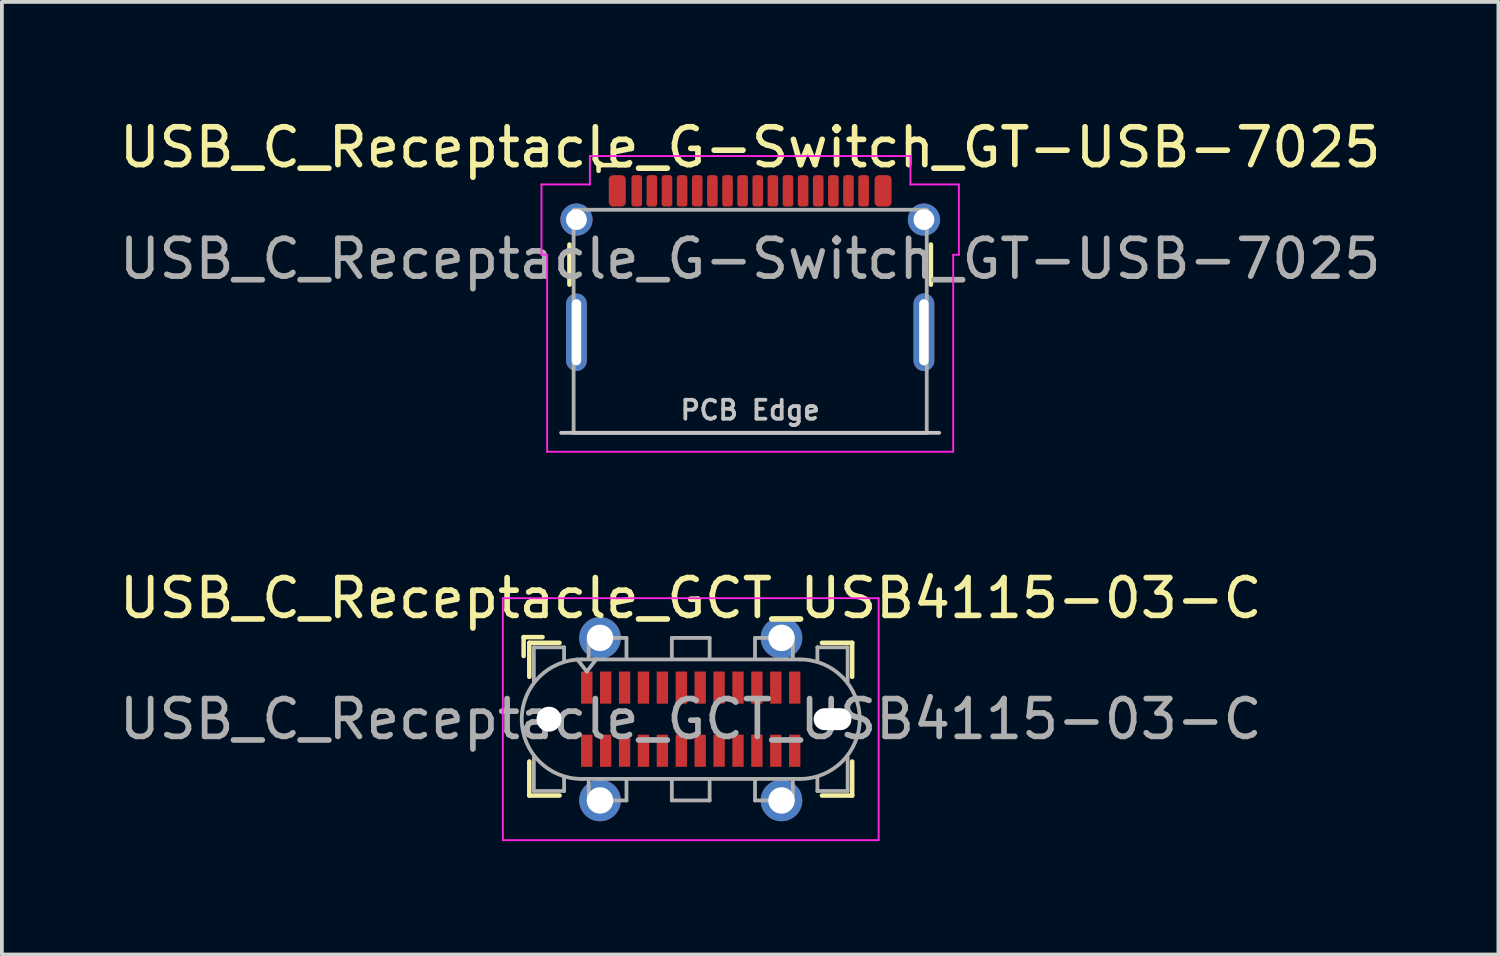
<source format=kicad_pcb>
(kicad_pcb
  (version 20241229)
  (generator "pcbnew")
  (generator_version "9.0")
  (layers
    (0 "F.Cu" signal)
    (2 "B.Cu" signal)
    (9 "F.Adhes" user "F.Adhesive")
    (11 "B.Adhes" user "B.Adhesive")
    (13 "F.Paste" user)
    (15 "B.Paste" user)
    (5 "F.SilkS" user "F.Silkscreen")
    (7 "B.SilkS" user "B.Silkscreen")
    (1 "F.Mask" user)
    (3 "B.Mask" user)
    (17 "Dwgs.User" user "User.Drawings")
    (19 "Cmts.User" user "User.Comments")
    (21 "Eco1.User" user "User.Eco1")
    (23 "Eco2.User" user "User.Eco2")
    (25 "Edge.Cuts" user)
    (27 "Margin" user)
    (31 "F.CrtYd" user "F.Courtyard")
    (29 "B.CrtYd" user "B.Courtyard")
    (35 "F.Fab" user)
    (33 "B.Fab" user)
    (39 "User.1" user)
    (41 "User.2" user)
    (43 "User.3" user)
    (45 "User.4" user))
  (footprint "USB_C_Receptacle_G-Switch_GT-USB-7025"
    (layer "F.Cu")
    (at 16.792 5.448)
    (property "Reference" "USB_C_Receptacle_G-Switch_GT-USB-7025" (at 0 -4.6 0) (layer "F.SilkS") (effects (font (size 1 1) (thickness 0.15))))
    (attr smd)
    (fp_line (start -4.78 -2.03) (end -4.78 -0.97) (stroke (width 0.12) (type solid)) (layer "F.SilkS"))
    (fp_line (start -4.01 -4.13) (end -4.01 -3.98) (stroke (width 0.12) (type default)) (layer "F.SilkS"))
    (fp_line (start -3.21 -4.13) (end -4.01 -4.13) (stroke (width 0.12) (type default)) (layer "F.SilkS"))
    (fp_line (start 4.78 -0.97) (end 4.78 -2.03) (stroke (width 0.12) (type solid)) (layer "F.SilkS"))
    (fp_line (start -5 2.95) (end 5 2.95) (stroke (width 0.1) (type default)) (layer "Dwgs.User"))
    (fp_line (start -5.52 -1.76) (end -5.52 -3.62) (stroke (width 0.05) (type solid)) (layer "F.CrtYd"))
    (fp_line (start -5.37 -1.76) (end -5.52 -1.76) (stroke (width 0.05) (type default)) (layer "F.CrtYd"))
    (fp_line (start -5.37 3.45) (end -5.37 -1.76) (stroke (width 0.05) (type default)) (layer "F.CrtYd"))
    (fp_line (start -4.24 -4.37) (end -4.24 -3.62) (stroke (width 0.05) (type default)) (layer "F.CrtYd"))
    (fp_line (start -4.24 -4.37) (end 4.24 -4.37) (stroke (width 0.05) (type solid)) (layer "F.CrtYd"))
    (fp_line (start -4.24 -3.62) (end -5.52 -3.62) (stroke (width 0.05) (type default)) (layer "F.CrtYd"))
    (fp_line (start 4.24 -4.37) (end 4.24 -3.62) (stroke (width 0.05) (type default)) (layer "F.CrtYd"))
    (fp_line (start 4.24 -3.62) (end 5.52 -3.62) (stroke (width 0.05) (type default)) (layer "F.CrtYd"))
    (fp_line (start 5.37 -1.76) (end 5.37 3.45) (stroke (width 0.05) (type default)) (layer "F.CrtYd"))
    (fp_line (start 5.37 3.45) (end -5.37 3.45) (stroke (width 0.05) (type solid)) (layer "F.CrtYd"))
    (fp_line (start 5.52 -3.62) (end 5.52 -1.76) (stroke (width 0.05) (type solid)) (layer "F.CrtYd"))
    (fp_line (start 5.52 -1.76) (end 5.37 -1.76) (stroke (width 0.05) (type default)) (layer "F.CrtYd"))
    (fp_line (start -4.67 -2.95) (end -4.67 2.95) (stroke (width 0.1) (type solid)) (layer "F.Fab"))
    (fp_line (start -4.67 -2.95) (end 4.67 -2.95) (stroke (width 0.1) (type solid)) (layer "F.Fab"))
    (fp_line (start -4.67 2.95) (end 4.67 2.95) (stroke (width 0.1) (type solid)) (layer "F.Fab"))
    (fp_line (start 4.67 2.95) (end 4.67 -2.95) (stroke (width 0.1) (type solid)) (layer "F.Fab"))
    (fp_text user "PCB Edge" (at 0 2.35 0) (unlocked yes) (layer "Dwgs.User") (effects (font (size 0.5 0.5) (thickness 0.1) (bold yes))))
    (fp_text user "${REFERENCE}" (at 0 -1.65 0) (layer "F.Fab") (effects (font (size 1 1) (thickness 0.15))))
    (pad "A1" smd roundrect (at -3 -3.45) (size 0.28 0.83) (layers "F.Cu" "F.Mask" "F.Paste") (roundrect_rratio 0.25))
    (pad "A4" smd roundrect (at -2.2 -3.45) (size 0.28 0.83) (layers "F.Cu" "F.Mask" "F.Paste") (roundrect_rratio 0.25))
    (pad "A5" smd roundrect (at -1.4 -3.45) (size 0.28 0.83) (layers "F.Cu" "F.Mask" "F.Paste") (roundrect_rratio 0.25))
    (pad "A6" smd roundrect (at -0.6 -3.45) (size 0.28 0.83) (layers "F.Cu" "F.Mask" "F.Paste") (roundrect_rratio 0.25))
    (pad "A7" smd roundrect (at -0.2 -3.45) (size 0.28 0.83) (layers "F.Cu" "F.Mask" "F.Paste") (roundrect_rratio 0.25))
    (pad "A8" smd roundrect (at 0.2 -3.45) (size 0.28 0.83) (layers "F.Cu" "F.Mask" "F.Paste") (roundrect_rratio 0.25))
    (pad "A9" smd roundrect (at 1.8 -3.45) (size 0.28 0.83) (layers "F.Cu" "F.Mask" "F.Paste") (roundrect_rratio 0.25))
    (pad "A12" smd roundrect (at 2.6 -3.45) (size 0.28 0.83) (layers "F.Cu" "F.Mask" "F.Paste") (roundrect_rratio 0.25))
    (pad "B1" smd roundrect (at 3 -3.45) (size 0.28 0.83) (layers "F.Cu" "F.Mask" "F.Paste") (roundrect_rratio 0.25))
    (pad "B4" smd roundrect (at 2.2 -3.45) (size 0.28 0.83) (layers "F.Cu" "F.Mask" "F.Paste") (roundrect_rratio 0.25))
    (pad "B5" smd roundrect (at 1.4 -3.45) (size 0.28 0.83) (layers "F.Cu" "F.Mask" "F.Paste") (roundrect_rratio 0.25))
    (pad "B6" smd roundrect (at 1 -3.45) (size 0.28 0.83) (layers "F.Cu" "F.Mask" "F.Paste") (roundrect_rratio 0.25))
    (pad "B7" smd roundrect (at 0.6 -3.45) (size 0.28 0.83) (layers "F.Cu" "F.Mask" "F.Paste") (roundrect_rratio 0.25))
    (pad "B8" smd roundrect (at -1 -3.45) (size 0.28 0.83) (layers "F.Cu" "F.Mask" "F.Paste") (roundrect_rratio 0.25))
    (pad "B9" smd roundrect (at -1.8 -3.45) (size 0.28 0.83) (layers "F.Cu" "F.Mask" "F.Paste") (roundrect_rratio 0.25))
    (pad "B12" smd roundrect (at -2.6 -3.45) (size 0.28 0.83) (layers "F.Cu" "F.Mask" "F.Paste") (roundrect_rratio 0.25))
    (pad "GND" smd roundrect (at -3.515 -3.45) (size 0.45 0.83) (layers "F.Cu" "F.Mask" "F.Paste") (roundrect_rratio 0.25))
    (pad "GND" smd roundrect (at 3.515 -3.45) (size 0.45 0.83) (layers "F.Cu" "F.Mask" "F.Paste") (roundrect_rratio 0.25))
    (pad "S1" thru_hole circle (at -4.595 -2.69) (size 0.85 0.85) (drill 0.55) (property pad_prop_heatsink) (layers "*.Cu" "*.Mask"))
    (pad "S1" thru_hole oval (at -4.595 0.29) (size 0.55 2.05) (drill oval 0.25 1.75) (property pad_prop_heatsink) (layers "*.Cu" "*.Mask"))
    (pad "S1" thru_hole circle (at 4.595 -2.69) (size 0.85 0.85) (drill 0.55) (property pad_prop_heatsink) (layers "*.Cu" "*.Mask"))
    (pad "S1" thru_hole oval (at 4.595 0.29) (size 0.55 2.05) (drill oval 0.25 1.75) (property pad_prop_heatsink) (layers "*.Cu" "*.Mask")))
  (footprint "USB_C_Receptacle_GCT_USB4115-03-C"
    (layer "F.Cu")
    (at 15.22 15.972)
    (property "Reference" "USB_C_Receptacle_GCT_USB4115-03-C" (at 0 -3.2 0) (layer "F.SilkS") (effects (font (size 1 1) (thickness 0.15))))
    (attr smd)
    (fp_line (start -4.42 -2.17) (end -4.42 -1.67) (stroke (width 0.12) (type solid)) (layer "F.SilkS"))
    (fp_line (start -4.42 -2.17) (end -3.92 -2.17) (stroke (width 0.12) (type solid)) (layer "F.SilkS"))
    (fp_line (start -4.27 -2.02) (end -4.27 -1.12) (stroke (width 0.12) (type solid)) (layer "F.SilkS"))
    (fp_line (start -4.27 -2.02) (end -3.47 -2.02) (stroke (width 0.12) (type solid)) (layer "F.SilkS"))
    (fp_line (start -4.27 2.02) (end -4.27 1.12) (stroke (width 0.12) (type solid)) (layer "F.SilkS"))
    (fp_line (start -4.27 2.02) (end -3.47 2.02) (stroke (width 0.12) (type solid)) (layer "F.SilkS"))
    (fp_line (start 4.27 -2.02) (end 3.47 -2.02) (stroke (width 0.12) (type solid)) (layer "F.SilkS"))
    (fp_line (start 4.27 -2.02) (end 4.27 -1.12) (stroke (width 0.12) (type solid)) (layer "F.SilkS"))
    (fp_line (start 4.27 2.02) (end 3.47 2.02) (stroke (width 0.12) (type solid)) (layer "F.SilkS"))
    (fp_line (start 4.27 2.02) (end 4.27 1.12) (stroke (width 0.12) (type solid)) (layer "F.SilkS"))
    (fp_line (start -4.97 -3.2) (end -4.97 3.2) (stroke (width 0.05) (type solid)) (layer "F.CrtYd"))
    (fp_line (start -4.97 3.2) (end 4.97 3.2) (stroke (width 0.05) (type solid)) (layer "F.CrtYd"))
    (fp_line (start 4.97 -3.2) (end -4.97 -3.2) (stroke (width 0.05) (type solid)) (layer "F.CrtYd"))
    (fp_line (start 4.97 3.2) (end 4.97 -3.2) (stroke (width 0.05) (type solid)) (layer "F.CrtYd"))
    (fp_line (start -4.15 -1.9) (end -4.15 -1) (stroke (width 0.1) (type solid)) (layer "F.Fab"))
    (fp_line (start -4.15 -1.9) (end -3.35 -1.9) (stroke (width 0.1) (type solid)) (layer "F.Fab"))
    (fp_line (start -4.15 1.9) (end -4.15 1) (stroke (width 0.1) (type solid)) (layer "F.Fab"))
    (fp_line (start -4.15 1.9) (end -3.35 1.9) (stroke (width 0.1) (type solid)) (layer "F.Fab"))
    (fp_line (start -3.35 -1.9) (end -3.35 -1.55) (stroke (width 0.1) (type solid)) (layer "F.Fab"))
    (fp_line (start -3.35 1.9) (end -3.35 1.55) (stroke (width 0.1) (type solid)) (layer "F.Fab"))
    (fp_line (start -2.89 1.58) (end 2.89 1.58) (stroke (width 0.1) (type solid)) (layer "F.Fab"))
    (fp_line (start -2.75 -1.26) (end -3 -1.58) (stroke (width 0.1) (type solid)) (layer "F.Fab"))
    (fp_line (start -2.7 -2.15) (end -1.7 -2.15) (stroke (width 0.1) (type solid)) (layer "F.Fab"))
    (fp_line (start -2.7 -1.6) (end -2.7 -2.15) (stroke (width 0.1) (type solid)) (layer "F.Fab"))
    (fp_line (start -2.7 1.6) (end -2.7 2.15) (stroke (width 0.1) (type solid)) (layer "F.Fab"))
    (fp_line (start -2.7 2.15) (end -1.7 2.15) (stroke (width 0.1) (type solid)) (layer "F.Fab"))
    (fp_line (start -2.5 -1.58) (end -2.75 -1.26) (stroke (width 0.1) (type solid)) (layer "F.Fab"))
    (fp_line (start -1.7 -2.15) (end -1.7 -1.6) (stroke (width 0.1) (type solid)) (layer "F.Fab"))
    (fp_line (start -1.7 2.15) (end -1.7 1.6) (stroke (width 0.1) (type solid)) (layer "F.Fab"))
    (fp_line (start -0.5 -2.15) (end 0.5 -2.15) (stroke (width 0.1) (type solid)) (layer "F.Fab"))
    (fp_line (start -0.5 -1.6) (end -0.5 -2.15) (stroke (width 0.1) (type solid)) (layer "F.Fab"))
    (fp_line (start -0.5 2.15) (end -0.5 1.6) (stroke (width 0.1) (type solid)) (layer "F.Fab"))
    (fp_line (start 0.5 -2.15) (end 0.5 -1.6) (stroke (width 0.1) (type solid)) (layer "F.Fab"))
    (fp_line (start 0.5 1.6) (end 0.5 2.15) (stroke (width 0.1) (type solid)) (layer "F.Fab"))
    (fp_line (start 0.5 2.15) (end -0.5 2.15) (stroke (width 0.1) (type solid)) (layer "F.Fab"))
    (fp_line (start 1.7 -2.15) (end 1.7 -1.6) (stroke (width 0.1) (type solid)) (layer "F.Fab"))
    (fp_line (start 1.7 2.15) (end 1.7 1.6) (stroke (width 0.1) (type solid)) (layer "F.Fab"))
    (fp_line (start 2.7 -2.15) (end 1.7 -2.15) (stroke (width 0.1) (type solid)) (layer "F.Fab"))
    (fp_line (start 2.7 -1.6) (end 2.7 -2.15) (stroke (width 0.1) (type solid)) (layer "F.Fab"))
    (fp_line (start 2.7 1.6) (end 2.7 2.15) (stroke (width 0.1) (type solid)) (layer "F.Fab"))
    (fp_line (start 2.7 2.15) (end 1.7 2.15) (stroke (width 0.1) (type solid)) (layer "F.Fab"))
    (fp_line (start 2.89 -1.58) (end -2.89 -1.58) (stroke (width 0.1) (type solid)) (layer "F.Fab"))
    (fp_line (start 3.35 -1.9) (end 3.35 -1.55) (stroke (width 0.1) (type solid)) (layer "F.Fab"))
    (fp_line (start 3.35 1.9) (end 3.35 1.55) (stroke (width 0.1) (type solid)) (layer "F.Fab"))
    (fp_line (start 4.15 -1.9) (end 3.35 -1.9) (stroke (width 0.1) (type solid)) (layer "F.Fab"))
    (fp_line (start 4.15 -1.9) (end 4.15 -1) (stroke (width 0.1) (type solid)) (layer "F.Fab"))
    (fp_line (start 4.15 1.9) (end 3.35 1.9) (stroke (width 0.1) (type solid)) (layer "F.Fab"))
    (fp_line (start 4.15 1.9) (end 4.15 1) (stroke (width 0.1) (type solid)) (layer "F.Fab"))
    (fp_arc (start -2.89 1.58) (mid -4.47 0) (end -2.89 -1.58) (stroke (width 0.1) (type solid)) (layer "F.Fab"))
    (fp_arc (start 2.89 -1.58) (mid 4.47 0) (end 2.89 1.58) (stroke (width 0.1) (type solid)) (layer "F.Fab"))
    (fp_text user "${REFERENCE}" (at 0 0 0) (unlocked yes) (layer "F.Fab") (effects (font (size 1 1) (thickness 0.15))))
    (pad "" np_thru_hole circle (at -3.75 0) (size 0.66 0.66) (drill 0.66) (layers "*.Cu" "*.Mask"))
    (pad "" np_thru_hole oval (at 3.75 0) (size 1 0.58) (drill oval 1 0.58) (layers "*.Cu" "*.Mask"))
    (pad "A1" smd rect (at -2.75 -0.835) (size 0.3 0.85) (layers "F.Cu" "F.Mask" "F.Paste"))
    (pad "A2" smd rect (at -2.25 -0.835) (size 0.3 0.85) (layers "F.Cu" "F.Mask" "F.Paste"))
    (pad "A3" smd rect (at -1.75 -0.835) (size 0.3 0.85) (layers "F.Cu" "F.Mask" "F.Paste"))
    (pad "A4" smd rect (at -1.25 -0.835) (size 0.3 0.85) (layers "F.Cu" "F.Mask" "F.Paste"))
    (pad "A5" smd rect (at -0.75 -0.835) (size 0.3 0.85) (layers "F.Cu" "F.Mask" "F.Paste"))
    (pad "A6" smd rect (at -0.25 -0.835) (size 0.3 0.85) (layers "F.Cu" "F.Mask" "F.Paste"))
    (pad "A7" smd rect (at 0.25 -0.835) (size 0.3 0.85) (layers "F.Cu" "F.Mask" "F.Paste"))
    (pad "A8" smd rect (at 0.75 -0.835) (size 0.3 0.85) (layers "F.Cu" "F.Mask" "F.Paste"))
    (pad "A9" smd rect (at 1.25 -0.835) (size 0.3 0.85) (layers "F.Cu" "F.Mask" "F.Paste"))
    (pad "A10" smd rect (at 1.75 -0.835) (size 0.3 0.85) (layers "F.Cu" "F.Mask" "F.Paste"))
    (pad "A11" smd rect (at 2.25 -0.835) (size 0.3 0.85) (layers "F.Cu" "F.Mask" "F.Paste"))
    (pad "A12" smd rect (at 2.75 -0.835) (size 0.3 0.85) (layers "F.Cu" "F.Mask" "F.Paste"))
    (pad "B1" smd rect (at 2.75 0.835) (size 0.3 0.85) (layers "F.Cu" "F.Mask" "F.Paste"))
    (pad "B2" smd rect (at 2.25 0.835) (size 0.3 0.85) (layers "F.Cu" "F.Mask" "F.Paste"))
    (pad "B3" smd rect (at 1.75 0.835) (size 0.3 0.85) (layers "F.Cu" "F.Mask" "F.Paste"))
    (pad "B4" smd rect (at 1.25 0.835) (size 0.3 0.85) (layers "F.Cu" "F.Mask" "F.Paste"))
    (pad "B5" smd rect (at 0.75 0.835) (size 0.3 0.85) (layers "F.Cu" "F.Mask" "F.Paste"))
    (pad "B6" smd rect (at 0.25 0.835) (size 0.3 0.85) (layers "F.Cu" "F.Mask" "F.Paste"))
    (pad "B7" smd rect (at -0.25 0.835) (size 0.3 0.85) (layers "F.Cu" "F.Mask" "F.Paste"))
    (pad "B8" smd rect (at -0.75 0.835) (size 0.3 0.85) (layers "F.Cu" "F.Mask" "F.Paste"))
    (pad "B9" smd rect (at -1.25 0.835) (size 0.3 0.85) (layers "F.Cu" "F.Mask" "F.Paste"))
    (pad "B10" smd rect (at -1.75 0.835) (size 0.3 0.85) (layers "F.Cu" "F.Mask" "F.Paste"))
    (pad "B11" smd rect (at -2.25 0.835) (size 0.3 0.85) (layers "F.Cu" "F.Mask" "F.Paste"))
    (pad "B12" smd rect (at -2.75 0.835) (size 0.3 0.85) (layers "F.Cu" "F.Mask" "F.Paste"))
    (pad "S1" thru_hole circle (at -2.4 -2.15) (size 1.1 1.1) (drill 0.7) (property pad_prop_heatsink) (layers "*.Cu" "*.Mask" "F.Paste"))
    (pad "S1" thru_hole circle (at -2.4 2.15) (size 1.1 1.1) (drill 0.7) (property pad_prop_heatsink) (layers "*.Cu" "*.Mask" "F.Paste"))
    (pad "S1" thru_hole circle (at 2.4 -2.15) (size 1.1 1.1) (drill 0.7) (property pad_prop_heatsink) (layers "*.Cu" "*.Mask" "F.Paste"))
    (pad "S1" thru_hole circle (at 2.4 2.15) (size 1.1 1.1) (drill 0.7) (property pad_prop_heatsink) (layers "*.Cu" "*.Mask" "F.Paste"))
    (zone (net_name "") (layer "F.Cu") (name "peg") (hatch full 0.508) (connect_pads) (min_thickness 0.254) (filled_areas_thickness no) (keepout (tracks allowed) (vias allowed) (pads not_allowed) (copperpour not_allowed) (footprints not_allowed)) (placement (enabled no)) (fill) (polygon (pts (xy 16.02 14.171) (xy 14.42 14.171) (xy 14.42 13.472) (xy 16.02 13.472))))
    (zone (net_name "") (layer "F.Cu") (name "peg") (hatch full 0.508) (connect_pads) (min_thickness 0.254) (filled_areas_thickness no) (keepout (tracks allowed) (vias allowed) (pads not_allowed) (copperpour not_allowed) (footprints not_allowed)) (placement (enabled no)) (fill) (polygon (pts (xy 16.02 18.471) (xy 14.42 18.471) (xy 14.42 17.771) (xy 16.02 17.771)))))
  (gr_rect
    (start -3 -3)
    (end 36.583 22.197)
    (stroke (width 0.1) (type default))
    (fill no)
    (layer "Edge.Cuts")))
</source>
